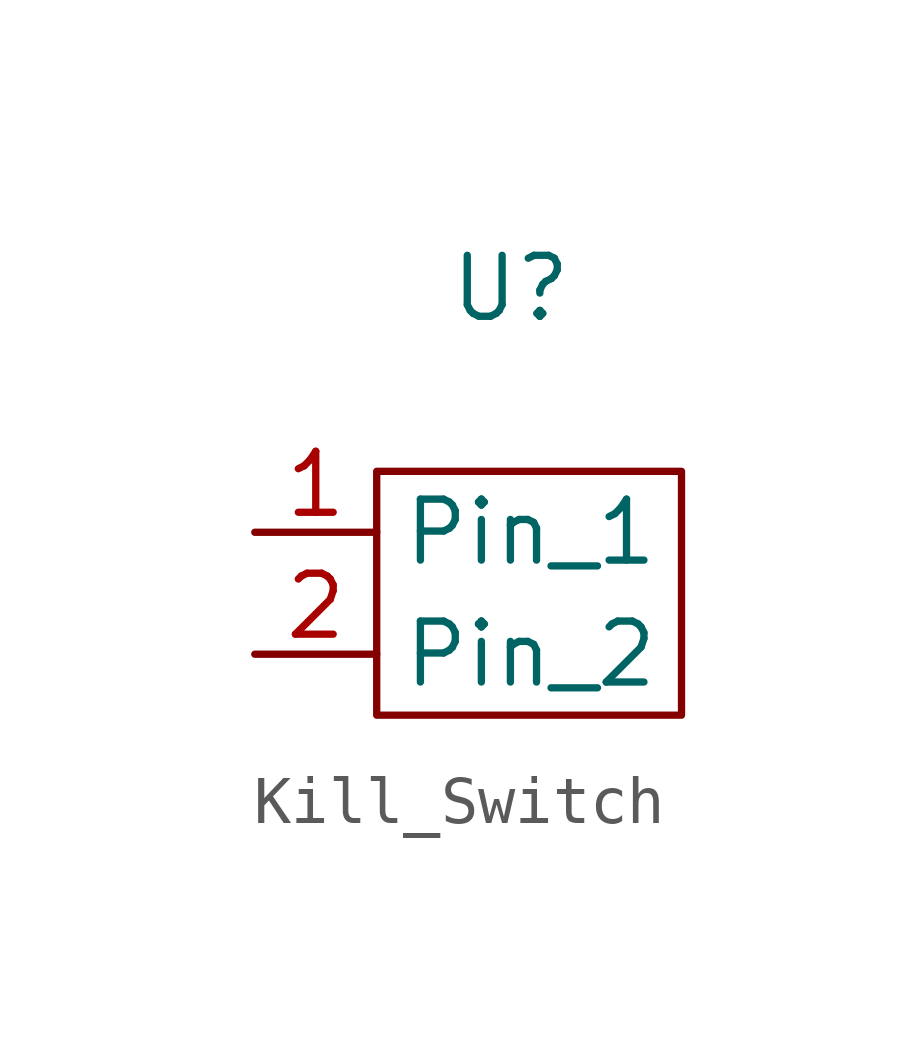
<source format=kicad_sym>
(kicad_symbol_lib
  (version 20231120)
  (generator "kicad_symbol_editor")
  (generator_version "8.0")
  (symbol "Kill_Switch"
    (property "Reference" "U"
      (at 0.254 3.81 0)
      (effects (font (size 1.27 1.27))))
    (property "Value" ""
      (at 0 0 0)
      (effects (font (size 1.27 1.27))))
    (symbol "Kill_Switch_0_1"
      (rectangle (start -2.54 0) (end 3.81 -5.08) (stroke (width 0) (type default)) (fill (type none))))
    (symbol "Kill_Switch_1_1"
      (pin bidirectional line (at -5.08 -1.27 0) (length 2.54) (name "Pin_1" (effects (font (size 1.27 1.27)))) (number "1" (effects (font (size 1.27 1.27)))))
      (pin bidirectional line (at -5.08 -3.81 0) (length 2.54) (name "Pin_2" (effects (font (size 1.27 1.27)))) (number "2" (effects (font (size 1.27 1.27))))))))
</source>
